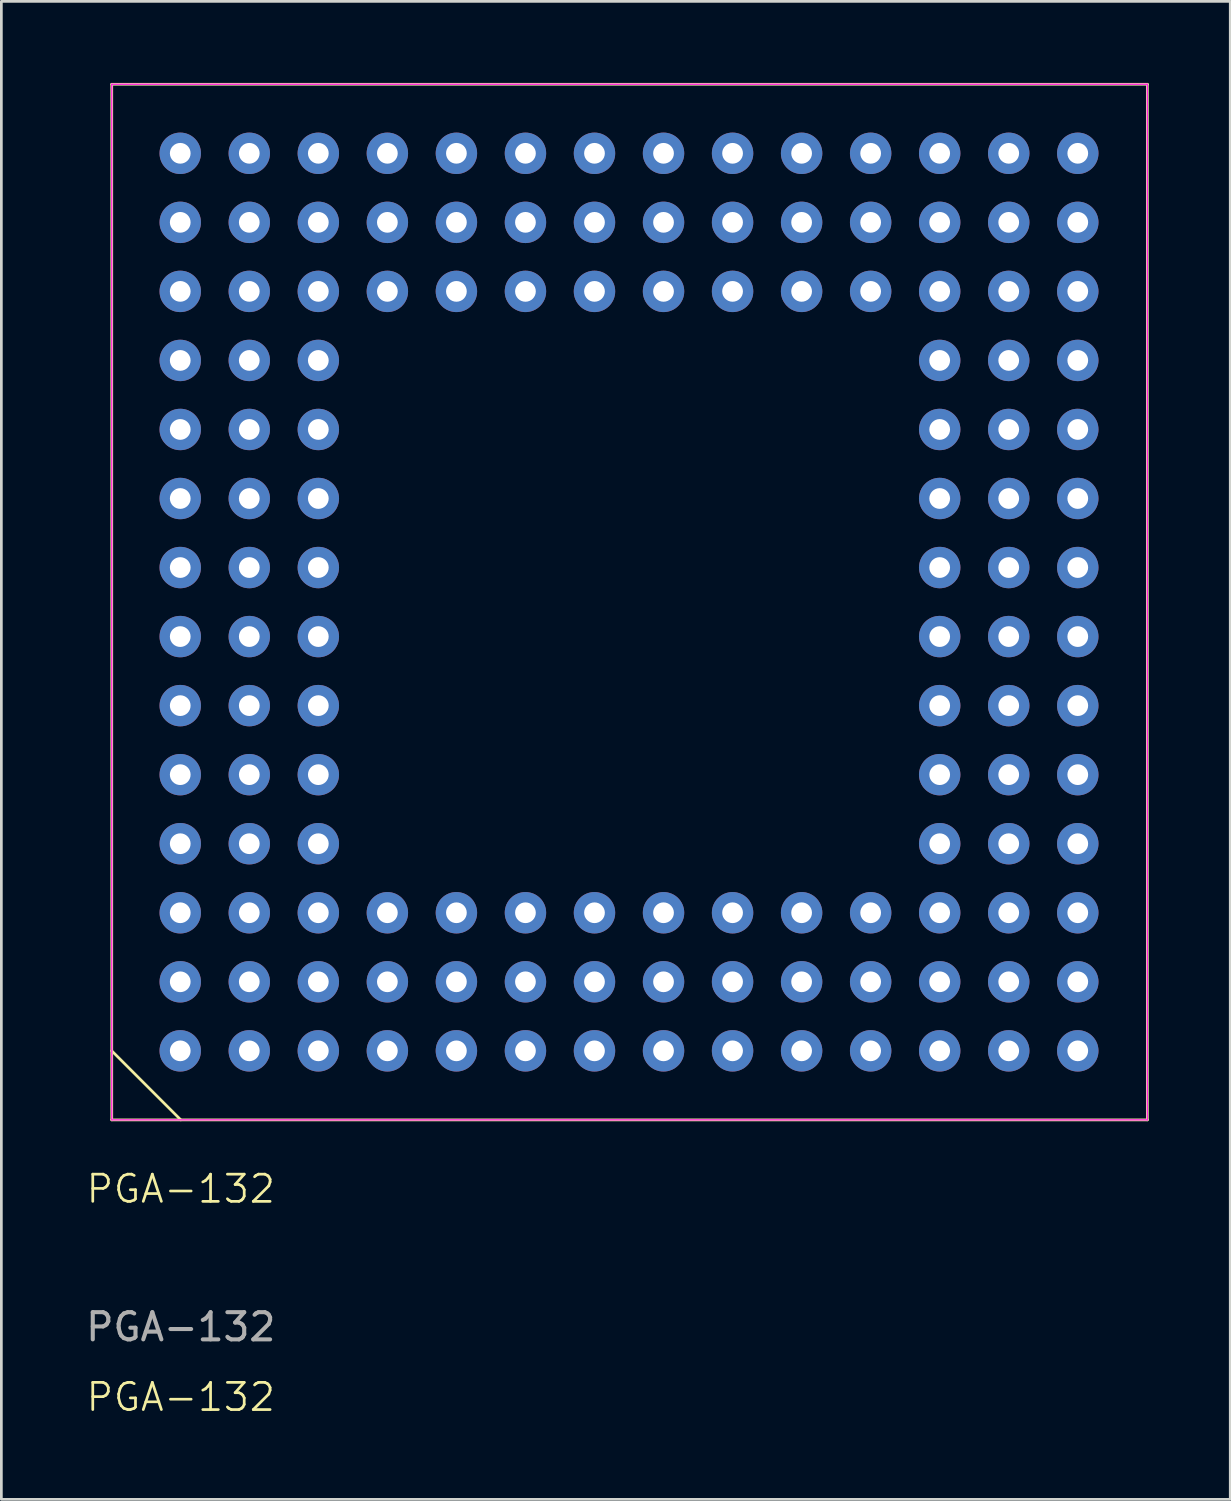
<source format=kicad_pcb>
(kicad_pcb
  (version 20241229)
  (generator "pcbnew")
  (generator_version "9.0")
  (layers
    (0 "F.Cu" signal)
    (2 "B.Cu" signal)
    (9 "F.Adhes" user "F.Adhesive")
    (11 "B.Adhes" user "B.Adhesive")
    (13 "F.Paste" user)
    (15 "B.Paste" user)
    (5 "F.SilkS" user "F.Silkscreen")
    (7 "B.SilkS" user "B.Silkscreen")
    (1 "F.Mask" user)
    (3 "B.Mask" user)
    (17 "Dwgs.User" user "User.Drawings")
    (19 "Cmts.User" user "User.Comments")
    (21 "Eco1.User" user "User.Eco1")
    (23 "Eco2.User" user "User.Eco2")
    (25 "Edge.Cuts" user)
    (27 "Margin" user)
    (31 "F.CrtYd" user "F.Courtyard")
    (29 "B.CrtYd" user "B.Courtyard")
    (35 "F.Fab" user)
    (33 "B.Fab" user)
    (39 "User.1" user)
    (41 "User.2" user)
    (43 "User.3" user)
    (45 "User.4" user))
  (footprint "PGA-132"
    (layer "F.Cu")
    (at 3.601 35.61)
    (property "Reference" "PGA-132" (at 0 5.08 0) (unlocked yes) (layer "F.SilkS") (effects (font (size 1 1) (thickness 0.1))))
    (attr through_hole)
    (fp_line (start -2.54 -35.56) (end -2.54 2.54) (stroke (width 0.1) (type default)) (layer "F.SilkS"))
    (fp_line (start -2.54 0) (end 0 2.54) (stroke (width 0.1) (type default)) (layer "F.SilkS"))
    (fp_line (start -2.54 2.54) (end 35.56 2.54) (stroke (width 0.1) (type default)) (layer "F.SilkS"))
    (fp_line (start 35.56 -35.56) (end -2.54 -35.56) (stroke (width 0.1) (type default)) (layer "F.SilkS"))
    (fp_line (start 35.56 2.54) (end 35.56 -35.56) (stroke (width 0.1) (type default)) (layer "F.SilkS"))
    (fp_line (start -2.54 -35.56) (end 35.56 -35.56) (stroke (width 0.05) (type default)) (layer "F.CrtYd"))
    (fp_line (start -2.54 2.54) (end -2.54 -35.56) (stroke (width 0.05) (type default)) (layer "F.CrtYd"))
    (fp_line (start 35.56 -35.56) (end 35.56 2.54) (stroke (width 0.05) (type default)) (layer "F.CrtYd"))
    (fp_line (start 35.56 2.54) (end -2.54 2.54) (stroke (width 0.05) (type default)) (layer "F.CrtYd"))
    (fp_text user "${REFERENCE}" (at 0 12.74 0) (unlocked yes) (layer "F.SilkS") (effects (font (size 1 1) (thickness 0.1))))
    (fp_text user "${REFERENCE}" (at 0 10.16 0) (unlocked yes) (layer "F.Fab") (effects (font (size 1 1) (thickness 0.15))))
    (pad "A1" thru_hole circle (at -0.02 0) (size 1.524 1.524) (drill 0.762) (layers "*.Cu" "*.Mask"))
    (pad "A2" thru_hole circle (at -0.02 -2.54) (size 1.524 1.524) (drill 0.762) (layers "*.Cu" "*.Mask"))
    (pad "A3" thru_hole circle (at -0.02 -5.08) (size 1.524 1.524) (drill 0.762) (layers "*.Cu" "*.Mask"))
    (pad "A4" thru_hole circle (at -0.02 -7.62) (size 1.524 1.524) (drill 0.762) (layers "*.Cu" "*.Mask"))
    (pad "A5" thru_hole circle (at -0.02 -10.16) (size 1.524 1.524) (drill 0.762) (layers "*.Cu" "*.Mask"))
    (pad "A6" thru_hole circle (at -0.02 -12.7) (size 1.524 1.524) (drill 0.762) (layers "*.Cu" "*.Mask"))
    (pad "A7" thru_hole circle (at -0.02 -15.24) (size 1.524 1.524) (drill 0.762) (layers "*.Cu" "*.Mask"))
    (pad "A8" thru_hole circle (at -0.02 -17.78) (size 1.524 1.524) (drill 0.762) (layers "*.Cu" "*.Mask"))
    (pad "A9" thru_hole circle (at -0.02 -20.32) (size 1.524 1.524) (drill 0.762) (layers "*.Cu" "*.Mask"))
    (pad "A10" thru_hole circle (at -0.02 -22.86) (size 1.524 1.524) (drill 0.762) (layers "*.Cu" "*.Mask"))
    (pad "A11" thru_hole circle (at -0.02 -25.4) (size 1.524 1.524) (drill 0.762) (layers "*.Cu" "*.Mask"))
    (pad "A12" thru_hole circle (at -0.02 -27.94) (size 1.524 1.524) (drill 0.762) (layers "*.Cu" "*.Mask"))
    (pad "A13" thru_hole circle (at -0.02 -30.48) (size 1.524 1.524) (drill 0.762) (layers "*.Cu" "*.Mask"))
    (pad "A14" thru_hole circle (at -0.02 -33.02) (size 1.524 1.524) (drill 0.762) (layers "*.Cu" "*.Mask"))
    (pad "B1" thru_hole circle (at 2.52 0) (size 1.524 1.524) (drill 0.762) (layers "*.Cu" "*.Mask"))
    (pad "B2" thru_hole circle (at 2.52 -2.54) (size 1.524 1.524) (drill 0.762) (layers "*.Cu" "*.Mask"))
    (pad "B3" thru_hole circle (at 2.52 -5.08) (size 1.524 1.524) (drill 0.762) (layers "*.Cu" "*.Mask"))
    (pad "B4" thru_hole circle (at 2.52 -7.62) (size 1.524 1.524) (drill 0.762) (layers "*.Cu" "*.Mask"))
    (pad "B5" thru_hole circle (at 2.52 -10.16) (size 1.524 1.524) (drill 0.762) (layers "*.Cu" "*.Mask"))
    (pad "B6" thru_hole circle (at 2.52 -12.7) (size 1.524 1.524) (drill 0.762) (layers "*.Cu" "*.Mask"))
    (pad "B7" thru_hole circle (at 2.52 -15.24) (size 1.524 1.524) (drill 0.762) (layers "*.Cu" "*.Mask"))
    (pad "B8" thru_hole circle (at 2.52 -17.78) (size 1.524 1.524) (drill 0.762) (layers "*.Cu" "*.Mask"))
    (pad "B9" thru_hole circle (at 2.52 -20.32) (size 1.524 1.524) (drill 0.762) (layers "*.Cu" "*.Mask"))
    (pad "B10" thru_hole circle (at 2.52 -22.86) (size 1.524 1.524) (drill 0.762) (layers "*.Cu" "*.Mask"))
    (pad "B11" thru_hole circle (at 2.52 -25.4) (size 1.524 1.524) (drill 0.762) (layers "*.Cu" "*.Mask"))
    (pad "B12" thru_hole circle (at 2.52 -27.94) (size 1.524 1.524) (drill 0.762) (layers "*.Cu" "*.Mask"))
    (pad "B13" thru_hole circle (at 2.52 -30.48) (size 1.524 1.524) (drill 0.762) (layers "*.Cu" "*.Mask"))
    (pad "B14" thru_hole circle (at 2.52 -33.02) (size 1.524 1.524) (drill 0.762) (layers "*.Cu" "*.Mask"))
    (pad "C1" thru_hole circle (at 5.06 0) (size 1.524 1.524) (drill 0.762) (layers "*.Cu" "*.Mask"))
    (pad "C2" thru_hole circle (at 5.06 -2.54) (size 1.524 1.524) (drill 0.762) (layers "*.Cu" "*.Mask"))
    (pad "C3" thru_hole circle (at 5.06 -5.08) (size 1.524 1.524) (drill 0.762) (layers "*.Cu" "*.Mask"))
    (pad "C4" thru_hole circle (at 5.06 -7.62) (size 1.524 1.524) (drill 0.762) (layers "*.Cu" "*.Mask"))
    (pad "C5" thru_hole circle (at 5.06 -10.16) (size 1.524 1.524) (drill 0.762) (layers "*.Cu" "*.Mask"))
    (pad "C6" thru_hole circle (at 5.06 -12.7) (size 1.524 1.524) (drill 0.762) (layers "*.Cu" "*.Mask"))
    (pad "C7" thru_hole circle (at 5.06 -15.24) (size 1.524 1.524) (drill 0.762) (layers "*.Cu" "*.Mask"))
    (pad "C8" thru_hole circle (at 5.06 -17.78) (size 1.524 1.524) (drill 0.762) (layers "*.Cu" "*.Mask"))
    (pad "C9" thru_hole circle (at 5.06 -20.32) (size 1.524 1.524) (drill 0.762) (layers "*.Cu" "*.Mask"))
    (pad "C10" thru_hole circle (at 5.06 -22.86) (size 1.524 1.524) (drill 0.762) (layers "*.Cu" "*.Mask"))
    (pad "C11" thru_hole circle (at 5.06 -25.4) (size 1.524 1.524) (drill 0.762) (layers "*.Cu" "*.Mask"))
    (pad "C12" thru_hole circle (at 5.06 -27.94) (size 1.524 1.524) (drill 0.762) (layers "*.Cu" "*.Mask"))
    (pad "C13" thru_hole circle (at 5.06 -30.48) (size 1.524 1.524) (drill 0.762) (layers "*.Cu" "*.Mask"))
    (pad "C14" thru_hole circle (at 5.06 -33.02) (size 1.524 1.524) (drill 0.762) (layers "*.Cu" "*.Mask"))
    (pad "D1" thru_hole circle (at 7.6 0 270) (size 1.524 1.524) (drill 0.762) (layers "*.Cu" "*.Mask"))
    (pad "D2" thru_hole circle (at 7.6 -2.54 270) (size 1.524 1.524) (drill 0.762) (layers "*.Cu" "*.Mask"))
    (pad "D3" thru_hole circle (at 7.6 -5.08 270) (size 1.524 1.524) (drill 0.762) (layers "*.Cu" "*.Mask"))
    (pad "D12" thru_hole circle (at 7.6 -27.94 270) (size 1.524 1.524) (drill 0.762) (layers "*.Cu" "*.Mask"))
    (pad "D13" thru_hole circle (at 7.6 -30.48 270) (size 1.524 1.524) (drill 0.762) (layers "*.Cu" "*.Mask"))
    (pad "D14" thru_hole circle (at 7.6 -33.02 270) (size 1.524 1.524) (drill 0.762) (layers "*.Cu" "*.Mask"))
    (pad "E1" thru_hole circle (at 10.14 0 270) (size 1.524 1.524) (drill 0.762) (layers "*.Cu" "*.Mask"))
    (pad "E2" thru_hole circle (at 10.14 -2.54 270) (size 1.524 1.524) (drill 0.762) (layers "*.Cu" "*.Mask"))
    (pad "E3" thru_hole circle (at 10.14 -5.08 270) (size 1.524 1.524) (drill 0.762) (layers "*.Cu" "*.Mask"))
    (pad "E12" thru_hole circle (at 10.14 -27.94 270) (size 1.524 1.524) (drill 0.762) (layers "*.Cu" "*.Mask"))
    (pad "E13" thru_hole circle (at 10.14 -30.48 270) (size 1.524 1.524) (drill 0.762) (layers "*.Cu" "*.Mask"))
    (pad "E14" thru_hole circle (at 10.14 -33.02 270) (size 1.524 1.524) (drill 0.762) (layers "*.Cu" "*.Mask"))
    (pad "F1" thru_hole circle (at 12.68 0 270) (size 1.524 1.524) (drill 0.762) (layers "*.Cu" "*.Mask"))
    (pad "F2" thru_hole circle (at 12.68 -2.54 270) (size 1.524 1.524) (drill 0.762) (layers "*.Cu" "*.Mask"))
    (pad "F3" thru_hole circle (at 12.68 -5.08 270) (size 1.524 1.524) (drill 0.762) (layers "*.Cu" "*.Mask"))
    (pad "F12" thru_hole circle (at 12.68 -27.94 270) (size 1.524 1.524) (drill 0.762) (layers "*.Cu" "*.Mask"))
    (pad "F13" thru_hole circle (at 12.68 -30.48 270) (size 1.524 1.524) (drill 0.762) (layers "*.Cu" "*.Mask"))
    (pad "F14" thru_hole circle (at 12.68 -33.02 270) (size 1.524 1.524) (drill 0.762) (layers "*.Cu" "*.Mask"))
    (pad "G1" thru_hole circle (at 15.22 0 270) (size 1.524 1.524) (drill 0.762) (layers "*.Cu" "*.Mask"))
    (pad "G2" thru_hole circle (at 15.22 -2.54 270) (size 1.524 1.524) (drill 0.762) (layers "*.Cu" "*.Mask"))
    (pad "G3" thru_hole circle (at 15.22 -5.08 270) (size 1.524 1.524) (drill 0.762) (layers "*.Cu" "*.Mask"))
    (pad "G12" thru_hole circle (at 15.22 -27.94 270) (size 1.524 1.524) (drill 0.762) (layers "*.Cu" "*.Mask"))
    (pad "G13" thru_hole circle (at 15.22 -30.48 270) (size 1.524 1.524) (drill 0.762) (layers "*.Cu" "*.Mask"))
    (pad "G14" thru_hole circle (at 15.22 -33.02 270) (size 1.524 1.524) (drill 0.762) (layers "*.Cu" "*.Mask"))
    (pad "H1" thru_hole circle (at 17.76 0 270) (size 1.524 1.524) (drill 0.762) (layers "*.Cu" "*.Mask"))
    (pad "H2" thru_hole circle (at 17.76 -2.54 270) (size 1.524 1.524) (drill 0.762) (layers "*.Cu" "*.Mask"))
    (pad "H3" thru_hole circle (at 17.76 -5.08 270) (size 1.524 1.524) (drill 0.762) (layers "*.Cu" "*.Mask"))
    (pad "H12" thru_hole circle (at 17.76 -27.94 270) (size 1.524 1.524) (drill 0.762) (layers "*.Cu" "*.Mask"))
    (pad "H13" thru_hole circle (at 17.76 -30.48 270) (size 1.524 1.524) (drill 0.762) (layers "*.Cu" "*.Mask"))
    (pad "H14" thru_hole circle (at 17.76 -33.02 270) (size 1.524 1.524) (drill 0.762) (layers "*.Cu" "*.Mask"))
    (pad "J1" thru_hole circle (at 20.3 0 270) (size 1.524 1.524) (drill 0.762) (layers "*.Cu" "*.Mask"))
    (pad "J2" thru_hole circle (at 20.3 -2.54 270) (size 1.524 1.524) (drill 0.762) (layers "*.Cu" "*.Mask"))
    (pad "J3" thru_hole circle (at 20.3 -5.08 270) (size 1.524 1.524) (drill 0.762) (layers "*.Cu" "*.Mask"))
    (pad "J12" thru_hole circle (at 20.3 -27.94 270) (size 1.524 1.524) (drill 0.762) (layers "*.Cu" "*.Mask"))
    (pad "J13" thru_hole circle (at 20.3 -30.48 270) (size 1.524 1.524) (drill 0.762) (layers "*.Cu" "*.Mask"))
    (pad "J14" thru_hole circle (at 20.3 -33.02 270) (size 1.524 1.524) (drill 0.762) (layers "*.Cu" "*.Mask"))
    (pad "K1" thru_hole circle (at 22.84 0 270) (size 1.524 1.524) (drill 0.762) (layers "*.Cu" "*.Mask"))
    (pad "K2" thru_hole circle (at 22.84 -2.54 270) (size 1.524 1.524) (drill 0.762) (layers "*.Cu" "*.Mask"))
    (pad "K3" thru_hole circle (at 22.84 -5.08 270) (size 1.524 1.524) (drill 0.762) (layers "*.Cu" "*.Mask"))
    (pad "K12" thru_hole circle (at 22.84 -27.94 270) (size 1.524 1.524) (drill 0.762) (layers "*.Cu" "*.Mask"))
    (pad "K13" thru_hole circle (at 22.84 -30.48 270) (size 1.524 1.524) (drill 0.762) (layers "*.Cu" "*.Mask"))
    (pad "K14" thru_hole circle (at 22.84 -33.02 270) (size 1.524 1.524) (drill 0.762) (layers "*.Cu" "*.Mask"))
    (pad "L1" thru_hole circle (at 25.38 0 270) (size 1.524 1.524) (drill 0.762) (layers "*.Cu" "*.Mask"))
    (pad "L2" thru_hole circle (at 25.38 -2.54 270) (size 1.524 1.524) (drill 0.762) (layers "*.Cu" "*.Mask"))
    (pad "L3" thru_hole circle (at 25.38 -5.08 270) (size 1.524 1.524) (drill 0.762) (layers "*.Cu" "*.Mask"))
    (pad "L12" thru_hole circle (at 25.38 -27.94 270) (size 1.524 1.524) (drill 0.762) (layers "*.Cu" "*.Mask"))
    (pad "L13" thru_hole circle (at 25.38 -30.48 270) (size 1.524 1.524) (drill 0.762) (layers "*.Cu" "*.Mask"))
    (pad "L14" thru_hole circle (at 25.38 -33.02 270) (size 1.524 1.524) (drill 0.762) (layers "*.Cu" "*.Mask"))
    (pad "M1" thru_hole circle (at 27.92 0) (size 1.524 1.524) (drill 0.762) (layers "*.Cu" "*.Mask"))
    (pad "M2" thru_hole circle (at 27.92 -2.54) (size 1.524 1.524) (drill 0.762) (layers "*.Cu" "*.Mask"))
    (pad "M3" thru_hole circle (at 27.92 -5.08) (size 1.524 1.524) (drill 0.762) (layers "*.Cu" "*.Mask"))
    (pad "M4" thru_hole circle (at 27.92 -7.62) (size 1.524 1.524) (drill 0.762) (layers "*.Cu" "*.Mask"))
    (pad "M5" thru_hole circle (at 27.92 -10.16) (size 1.524 1.524) (drill 0.762) (layers "*.Cu" "*.Mask"))
    (pad "M6" thru_hole circle (at 27.92 -12.7) (size 1.524 1.524) (drill 0.762) (layers "*.Cu" "*.Mask"))
    (pad "M7" thru_hole circle (at 27.92 -15.24) (size 1.524 1.524) (drill 0.762) (layers "*.Cu" "*.Mask"))
    (pad "M8" thru_hole circle (at 27.92 -17.78) (size 1.524 1.524) (drill 0.762) (layers "*.Cu" "*.Mask"))
    (pad "M9" thru_hole circle (at 27.92 -20.32) (size 1.524 1.524) (drill 0.762) (layers "*.Cu" "*.Mask"))
    (pad "M10" thru_hole circle (at 27.92 -22.86) (size 1.524 1.524) (drill 0.762) (layers "*.Cu" "*.Mask"))
    (pad "M11" thru_hole circle (at 27.92 -25.4) (size 1.524 1.524) (drill 0.762) (layers "*.Cu" "*.Mask"))
    (pad "M12" thru_hole circle (at 27.92 -27.94) (size 1.524 1.524) (drill 0.762) (layers "*.Cu" "*.Mask"))
    (pad "M13" thru_hole circle (at 27.92 -30.48) (size 1.524 1.524) (drill 0.762) (layers "*.Cu" "*.Mask"))
    (pad "M14" thru_hole circle (at 27.92 -33.02) (size 1.524 1.524) (drill 0.762) (layers "*.Cu" "*.Mask"))
    (pad "N1" thru_hole circle (at 30.46 0) (size 1.524 1.524) (drill 0.762) (layers "*.Cu" "*.Mask"))
    (pad "N2" thru_hole circle (at 30.46 -2.54) (size 1.524 1.524) (drill 0.762) (layers "*.Cu" "*.Mask"))
    (pad "N3" thru_hole circle (at 30.46 -5.08) (size 1.524 1.524) (drill 0.762) (layers "*.Cu" "*.Mask"))
    (pad "N4" thru_hole circle (at 30.46 -7.62) (size 1.524 1.524) (drill 0.762) (layers "*.Cu" "*.Mask"))
    (pad "N5" thru_hole circle (at 30.46 -10.16) (size 1.524 1.524) (drill 0.762) (layers "*.Cu" "*.Mask"))
    (pad "N6" thru_hole circle (at 30.46 -12.7) (size 1.524 1.524) (drill 0.762) (layers "*.Cu" "*.Mask"))
    (pad "N7" thru_hole circle (at 30.46 -15.24) (size 1.524 1.524) (drill 0.762) (layers "*.Cu" "*.Mask"))
    (pad "N8" thru_hole circle (at 30.46 -17.78) (size 1.524 1.524) (drill 0.762) (layers "*.Cu" "*.Mask"))
    (pad "N9" thru_hole circle (at 30.46 -20.32) (size 1.524 1.524) (drill 0.762) (layers "*.Cu" "*.Mask"))
    (pad "N10" thru_hole circle (at 30.46 -22.86) (size 1.524 1.524) (drill 0.762) (layers "*.Cu" "*.Mask"))
    (pad "N11" thru_hole circle (at 30.46 -25.4) (size 1.524 1.524) (drill 0.762) (layers "*.Cu" "*.Mask"))
    (pad "N12" thru_hole circle (at 30.46 -27.94) (size 1.524 1.524) (drill 0.762) (layers "*.Cu" "*.Mask"))
    (pad "N13" thru_hole circle (at 30.46 -30.48) (size 1.524 1.524) (drill 0.762) (layers "*.Cu" "*.Mask"))
    (pad "N14" thru_hole circle (at 30.46 -33.02) (size 1.524 1.524) (drill 0.762) (layers "*.Cu" "*.Mask"))
    (pad "P1" thru_hole circle (at 33 0) (size 1.524 1.524) (drill 0.762) (layers "*.Cu" "*.Mask"))
    (pad "P2" thru_hole circle (at 33 -2.54) (size 1.524 1.524) (drill 0.762) (layers "*.Cu" "*.Mask"))
    (pad "P3" thru_hole circle (at 33 -5.08) (size 1.524 1.524) (drill 0.762) (layers "*.Cu" "*.Mask"))
    (pad "P4" thru_hole circle (at 33 -7.62) (size 1.524 1.524) (drill 0.762) (layers "*.Cu" "*.Mask"))
    (pad "P5" thru_hole circle (at 33 -10.16) (size 1.524 1.524) (drill 0.762) (layers "*.Cu" "*.Mask"))
    (pad "P6" thru_hole circle (at 33 -12.7) (size 1.524 1.524) (drill 0.762) (layers "*.Cu" "*.Mask"))
    (pad "P7" thru_hole circle (at 33 -15.24) (size 1.524 1.524) (drill 0.762) (layers "*.Cu" "*.Mask"))
    (pad "P8" thru_hole circle (at 33 -17.78) (size 1.524 1.524) (drill 0.762) (layers "*.Cu" "*.Mask"))
    (pad "P9" thru_hole circle (at 33 -20.32) (size 1.524 1.524) (drill 0.762) (layers "*.Cu" "*.Mask"))
    (pad "P10" thru_hole circle (at 33 -22.86) (size 1.524 1.524) (drill 0.762) (layers "*.Cu" "*.Mask"))
    (pad "P11" thru_hole circle (at 33 -25.4) (size 1.524 1.524) (drill 0.762) (layers "*.Cu" "*.Mask"))
    (pad "P12" thru_hole circle (at 33 -27.94) (size 1.524 1.524) (drill 0.762) (layers "*.Cu" "*.Mask"))
    (pad "P13" thru_hole circle (at 33 -30.48) (size 1.524 1.524) (drill 0.762) (layers "*.Cu" "*.Mask"))
    (pad "P14" thru_hole circle (at 33 -33.02) (size 1.524 1.524) (drill 0.762) (layers "*.Cu" "*.Mask")))
  (gr_rect
    (start -3 -3)
    (end 42.211 52.111)
    (stroke (width 0.1) (type default))
    (fill no)
    (layer "Edge.Cuts")))
</source>
